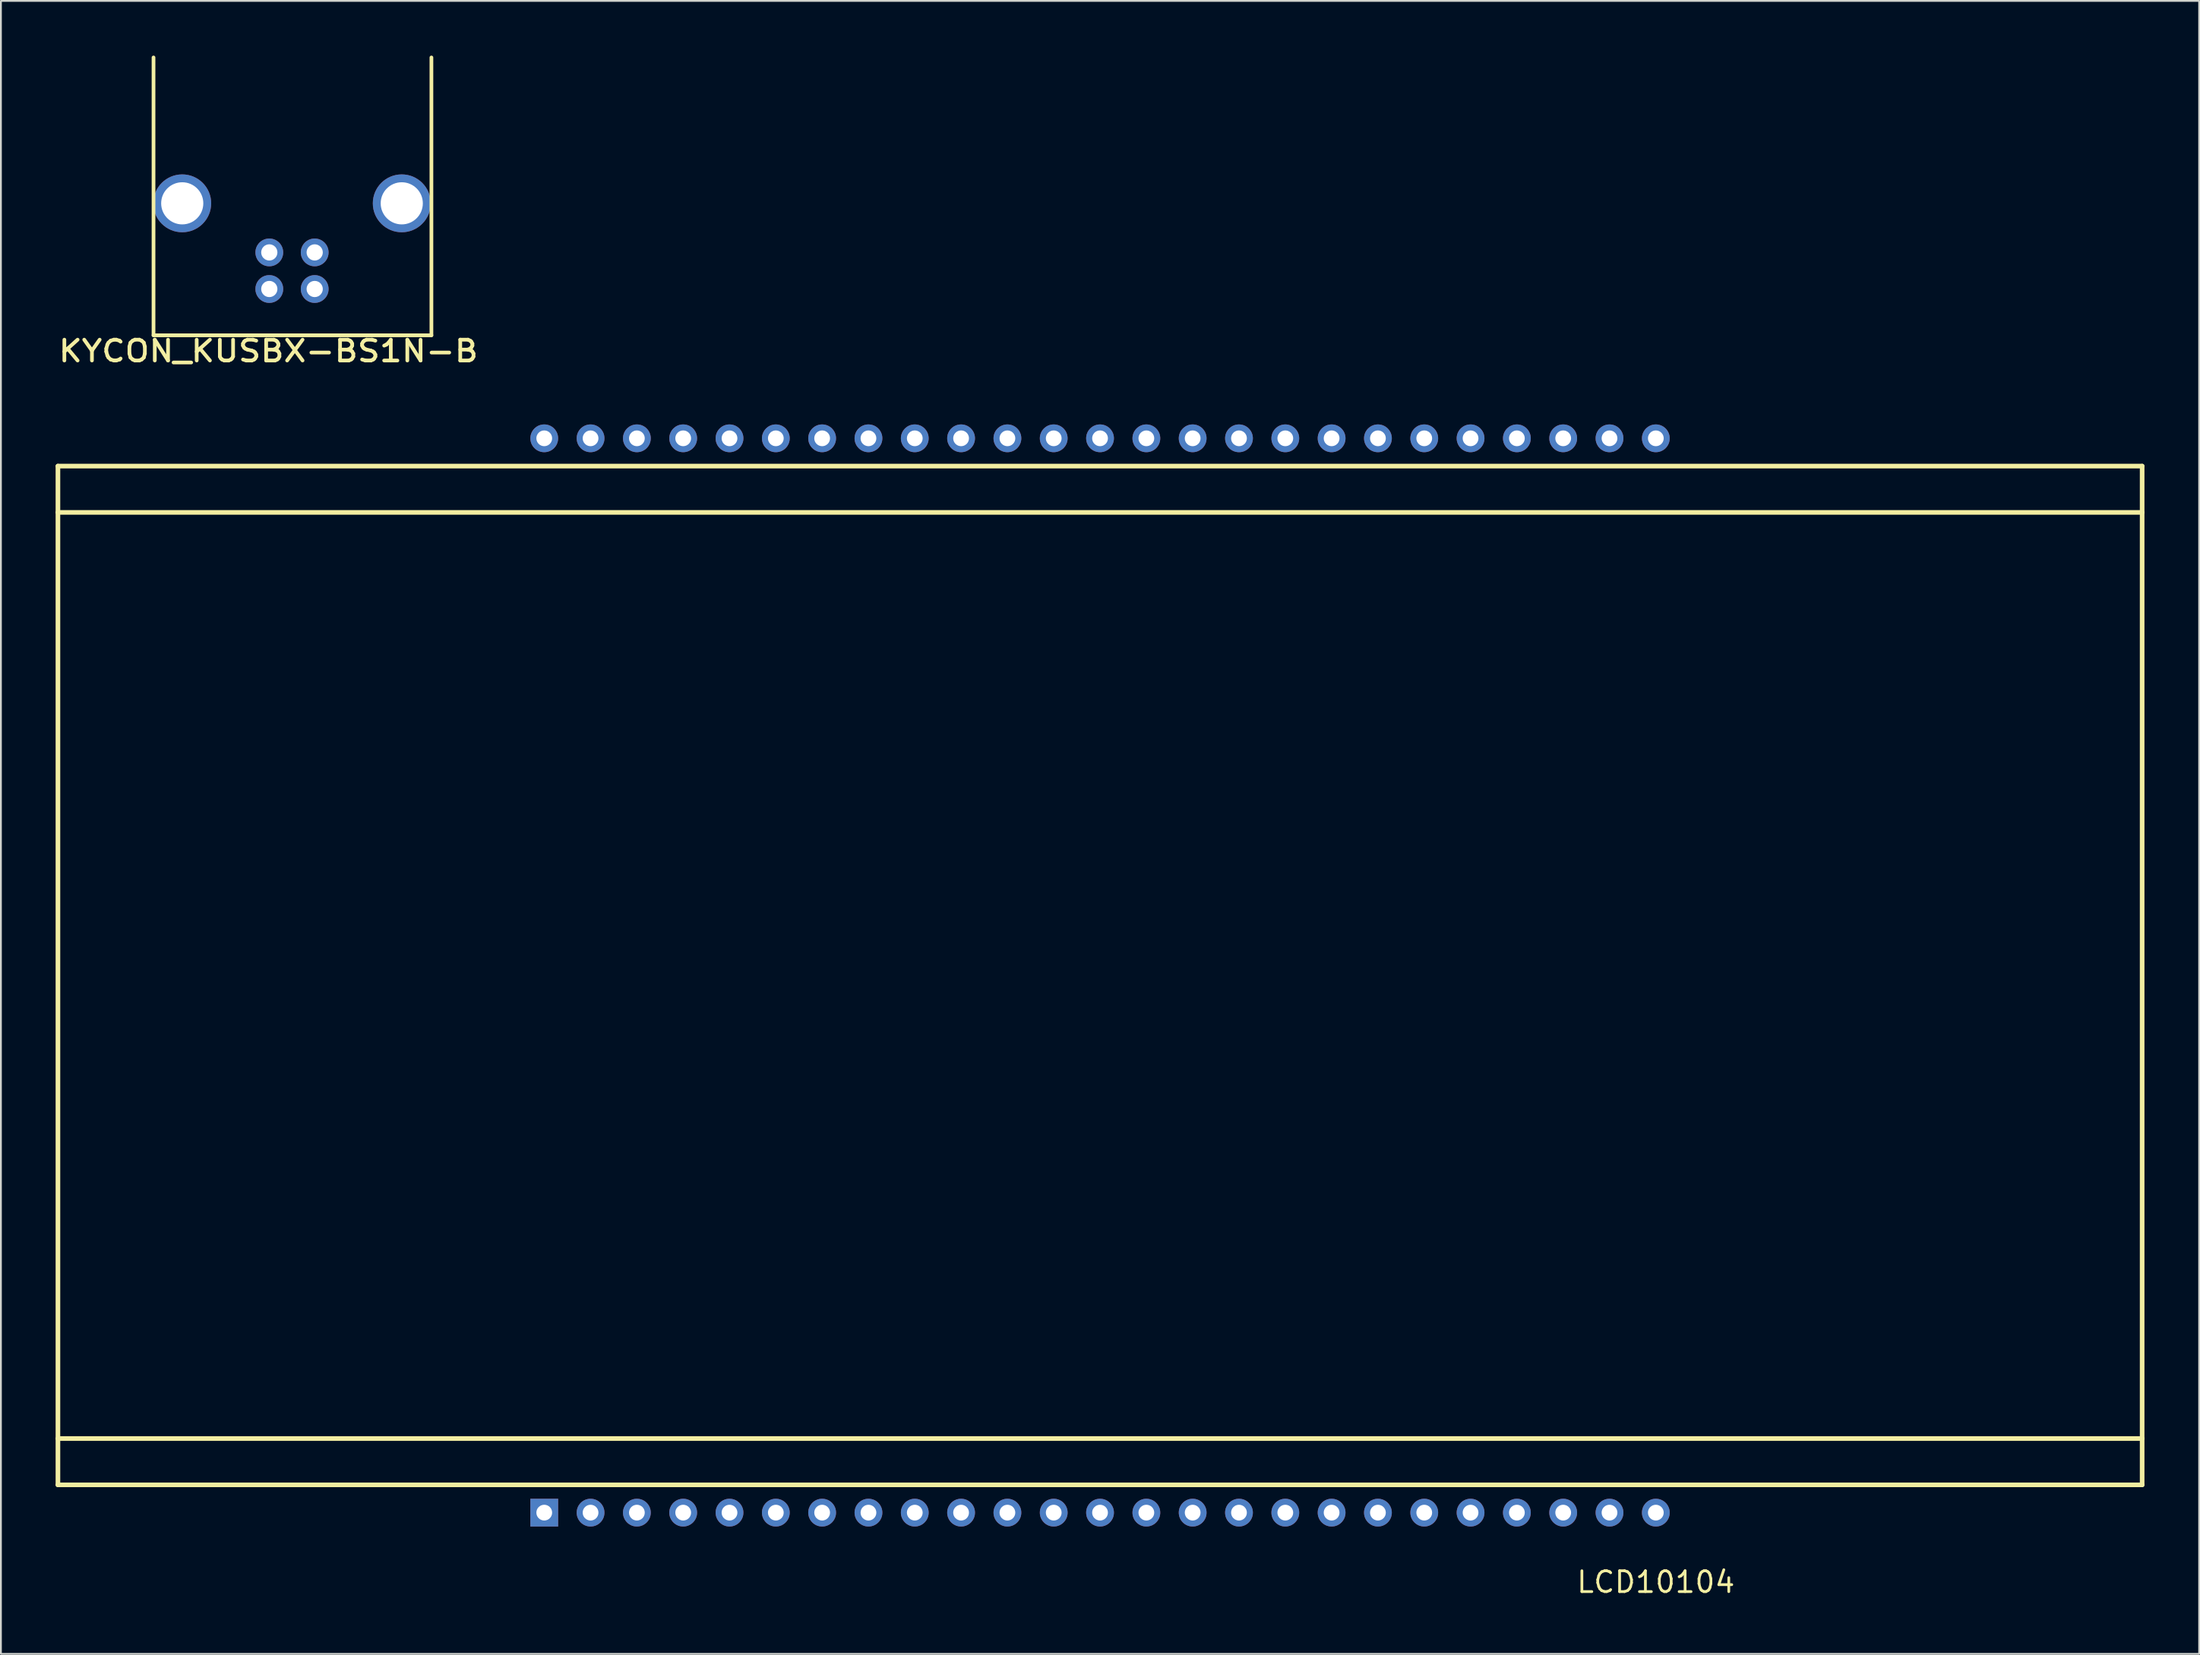
<source format=kicad_pcb>
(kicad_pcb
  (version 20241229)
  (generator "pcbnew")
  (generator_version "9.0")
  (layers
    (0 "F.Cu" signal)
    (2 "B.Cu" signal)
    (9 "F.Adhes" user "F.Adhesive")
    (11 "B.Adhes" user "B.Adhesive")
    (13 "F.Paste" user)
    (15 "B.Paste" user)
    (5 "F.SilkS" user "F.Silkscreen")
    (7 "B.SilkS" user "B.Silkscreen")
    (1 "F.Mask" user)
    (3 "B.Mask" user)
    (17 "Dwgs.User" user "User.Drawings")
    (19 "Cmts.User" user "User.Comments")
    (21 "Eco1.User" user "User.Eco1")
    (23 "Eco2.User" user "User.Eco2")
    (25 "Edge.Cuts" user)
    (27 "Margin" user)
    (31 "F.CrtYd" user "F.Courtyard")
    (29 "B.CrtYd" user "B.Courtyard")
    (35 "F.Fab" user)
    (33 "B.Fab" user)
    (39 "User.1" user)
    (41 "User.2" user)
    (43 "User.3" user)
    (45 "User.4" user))
  (footprint "LCD10104"
    (layer "F.Cu")
    (at 87.757 79.92)
    (property "Reference" "LCD10104" (at 0 3.81 0) (layer "F.SilkS") (effects (font (size 1.143 1.143) (thickness 0.152))))
    (attr through_hole)
    (fp_line (start -87.63 -57.404) (end -87.63 -1.524) (stroke (width 0.254) (type solid)) (layer "F.SilkS"))
    (fp_line (start -87.63 -54.864) (end 26.67 -54.864) (stroke (width 0.254) (type solid)) (layer "F.SilkS"))
    (fp_line (start -87.63 -4.064) (end 26.67 -4.064) (stroke (width 0.254) (type solid)) (layer "F.SilkS"))
    (fp_line (start -87.63 -1.524) (end 26.67 -1.524) (stroke (width 0.254) (type solid)) (layer "F.SilkS"))
    (fp_line (start 26.67 -57.404) (end -87.63 -57.404) (stroke (width 0.254) (type solid)) (layer "F.SilkS"))
    (fp_line (start 26.67 -1.524) (end 26.67 -57.404) (stroke (width 0.254) (type solid)) (layer "F.SilkS"))
    (pad "1" thru_hole rect (at -60.96 0) (size 1.524 1.524) (drill 0.864) (layers "*.Cu" "*.Mask" "Eco1.User" "Eco2.User"))
    (pad "2" thru_hole circle (at -58.42 0) (size 1.524 1.524) (drill 0.864) (layers "*.Cu" "*.Mask" "Eco1.User" "Eco2.User"))
    (pad "3" thru_hole circle (at -55.88 0) (size 1.524 1.524) (drill 0.864) (layers "*.Cu" "*.Mask" "Eco1.User" "Eco2.User"))
    (pad "4" thru_hole circle (at -53.34 0) (size 1.524 1.524) (drill 0.864) (layers "*.Cu" "*.Mask" "Eco1.User" "Eco2.User"))
    (pad "5" thru_hole circle (at -50.8 0) (size 1.524 1.524) (drill 0.864) (layers "*.Cu" "*.Mask" "Eco1.User" "Eco2.User"))
    (pad "6" thru_hole circle (at -48.26 0) (size 1.524 1.524) (drill 0.864) (layers "*.Cu" "*.Mask" "Eco1.User" "Eco2.User"))
    (pad "7" thru_hole circle (at -45.72 0) (size 1.524 1.524) (drill 0.864) (layers "*.Cu" "*.Mask" "Eco1.User" "Eco2.User"))
    (pad "8" thru_hole circle (at -43.18 0) (size 1.524 1.524) (drill 0.864) (layers "*.Cu" "*.Mask" "Eco1.User" "Eco2.User"))
    (pad "9" thru_hole circle (at -40.64 0) (size 1.524 1.524) (drill 0.864) (layers "*.Cu" "*.Mask" "Eco1.User" "Eco2.User"))
    (pad "10" thru_hole circle (at -38.1 0) (size 1.524 1.524) (drill 0.864) (layers "*.Cu" "*.Mask" "Eco1.User" "Eco2.User"))
    (pad "11" thru_hole circle (at -35.56 0) (size 1.524 1.524) (drill 0.864) (layers "*.Cu" "*.Mask" "Eco1.User" "Eco2.User"))
    (pad "12" thru_hole circle (at -33.02 0) (size 1.524 1.524) (drill 0.864) (layers "*.Cu" "*.Mask" "Eco1.User" "Eco2.User"))
    (pad "13" thru_hole circle (at -30.48 0) (size 1.524 1.524) (drill 0.864) (layers "*.Cu" "*.Mask" "Eco1.User" "Eco2.User"))
    (pad "14" thru_hole circle (at -27.94 0) (size 1.524 1.524) (drill 0.864) (layers "*.Cu" "*.Mask" "Eco1.User" "Eco2.User"))
    (pad "15" thru_hole circle (at -25.4 0) (size 1.524 1.524) (drill 0.864) (layers "*.Cu" "*.Mask" "Eco1.User" "Eco2.User"))
    (pad "16" thru_hole circle (at -22.86 0) (size 1.524 1.524) (drill 0.864) (layers "*.Cu" "*.Mask" "Eco1.User" "Eco2.User"))
    (pad "17" thru_hole circle (at -20.32 0) (size 1.524 1.524) (drill 0.864) (layers "*.Cu" "*.Mask" "Eco1.User" "Eco2.User"))
    (pad "18" thru_hole circle (at -17.78 0) (size 1.524 1.524) (drill 0.864) (layers "*.Cu" "*.Mask" "Eco1.User" "Eco2.User"))
    (pad "19" thru_hole circle (at -15.24 0) (size 1.524 1.524) (drill 0.864) (layers "*.Cu" "*.Mask" "Eco1.User" "Eco2.User"))
    (pad "20" thru_hole circle (at -12.7 0) (size 1.524 1.524) (drill 0.864) (layers "*.Cu" "*.Mask" "Eco1.User" "Eco2.User"))
    (pad "21" thru_hole circle (at -10.16 0) (size 1.524 1.524) (drill 0.864) (layers "*.Cu" "*.Mask" "Eco1.User" "Eco2.User"))
    (pad "22" thru_hole circle (at -7.62 0) (size 1.524 1.524) (drill 0.864) (layers "*.Cu" "*.Mask" "Eco1.User" "Eco2.User"))
    (pad "23" thru_hole circle (at -5.08 0) (size 1.524 1.524) (drill 0.864) (layers "*.Cu" "*.Mask" "Eco1.User" "Eco2.User"))
    (pad "24" thru_hole circle (at -2.54 0) (size 1.524 1.524) (drill 0.864) (layers "*.Cu" "*.Mask" "Eco1.User" "Eco2.User"))
    (pad "25" thru_hole circle (at 0 0) (size 1.524 1.524) (drill 0.864) (layers "*.Cu" "*.Mask" "Eco1.User" "Eco2.User"))
    (pad "26" thru_hole circle (at 0 -58.928) (size 1.524 1.524) (drill 0.864) (layers "*.Cu" "*.Mask" "Eco1.User" "Eco2.User"))
    (pad "27" thru_hole circle (at -2.54 -58.928) (size 1.524 1.524) (drill 0.864) (layers "*.Cu" "*.Mask" "Eco1.User" "Eco2.User"))
    (pad "28" thru_hole circle (at -5.08 -58.928) (size 1.524 1.524) (drill 0.864) (layers "*.Cu" "*.Mask" "Eco1.User" "Eco2.User"))
    (pad "29" thru_hole circle (at -7.62 -58.928) (size 1.524 1.524) (drill 0.864) (layers "*.Cu" "*.Mask" "Eco1.User" "Eco2.User"))
    (pad "30" thru_hole circle (at -10.16 -58.928) (size 1.524 1.524) (drill 0.864) (layers "*.Cu" "*.Mask" "Eco1.User" "Eco2.User"))
    (pad "31" thru_hole circle (at -12.7 -58.928) (size 1.524 1.524) (drill 0.864) (layers "*.Cu" "*.Mask" "Eco1.User" "Eco2.User"))
    (pad "32" thru_hole circle (at -15.24 -58.928) (size 1.524 1.524) (drill 0.864) (layers "*.Cu" "*.Mask" "Eco1.User" "Eco2.User"))
    (pad "33" thru_hole circle (at -17.78 -58.928) (size 1.524 1.524) (drill 0.864) (layers "*.Cu" "*.Mask" "Eco1.User" "Eco2.User"))
    (pad "34" thru_hole circle (at -20.32 -58.928) (size 1.524 1.524) (drill 0.864) (layers "*.Cu" "*.Mask" "Eco1.User" "Eco2.User"))
    (pad "35" thru_hole circle (at -22.86 -58.928) (size 1.524 1.524) (drill 0.864) (layers "*.Cu" "*.Mask" "Eco1.User" "Eco2.User"))
    (pad "36" thru_hole circle (at -25.4 -58.928) (size 1.524 1.524) (drill 0.864) (layers "*.Cu" "*.Mask" "Eco1.User" "Eco2.User"))
    (pad "37" thru_hole circle (at -27.94 -58.928) (size 1.524 1.524) (drill 0.864) (layers "*.Cu" "*.Mask" "Eco1.User" "Eco2.User"))
    (pad "38" thru_hole circle (at -30.48 -58.928) (size 1.524 1.524) (drill 0.864) (layers "*.Cu" "*.Mask" "Eco1.User" "Eco2.User"))
    (pad "39" thru_hole circle (at -33.02 -58.928) (size 1.524 1.524) (drill 0.864) (layers "*.Cu" "*.Mask" "Eco1.User" "Eco2.User"))
    (pad "40" thru_hole circle (at -35.56 -58.928) (size 1.524 1.524) (drill 0.864) (layers "*.Cu" "*.Mask" "Eco1.User" "Eco2.User"))
    (pad "41" thru_hole circle (at -38.1 -58.928) (size 1.524 1.524) (drill 0.864) (layers "*.Cu" "*.Mask" "Eco1.User" "Eco2.User"))
    (pad "42" thru_hole circle (at -40.64 -58.928) (size 1.524 1.524) (drill 0.864) (layers "*.Cu" "*.Mask" "Eco1.User" "Eco2.User"))
    (pad "43" thru_hole circle (at -43.18 -58.928) (size 1.524 1.524) (drill 0.864) (layers "*.Cu" "*.Mask" "Eco1.User" "Eco2.User"))
    (pad "44" thru_hole circle (at -45.72 -58.928) (size 1.524 1.524) (drill 0.864) (layers "*.Cu" "*.Mask" "Eco1.User" "Eco2.User"))
    (pad "45" thru_hole circle (at -48.26 -58.928) (size 1.524 1.524) (drill 0.864) (layers "*.Cu" "*.Mask" "Eco1.User" "Eco2.User"))
    (pad "46" thru_hole circle (at -50.8 -58.928) (size 1.524 1.524) (drill 0.864) (layers "*.Cu" "*.Mask" "Eco1.User" "Eco2.User"))
    (pad "47" thru_hole circle (at -53.34 -58.928) (size 1.524 1.524) (drill 0.864) (layers "*.Cu" "*.Mask" "Eco1.User" "Eco2.User"))
    (pad "48" thru_hole circle (at -55.88 -58.928) (size 1.524 1.524) (drill 0.864) (layers "*.Cu" "*.Mask" "Eco1.User" "Eco2.User"))
    (pad "49" thru_hole circle (at -58.42 -58.928) (size 1.524 1.524) (drill 0.864) (layers "*.Cu" "*.Mask" "Eco1.User" "Eco2.User"))
    (pad "50" thru_hole circle (at -60.96 -58.928) (size 1.524 1.524) (drill 0.864) (layers "*.Cu" "*.Mask" "Eco1.User" "Eco2.User")))
  (footprint "KYCON_KUSBX-BS1N-B"
    (layer "F.Cu")
    (at 11.719 12.802)
    (property "Reference" "KYCON_KUSBX-BS1N-B" (at -0.051 3.404 0) (layer "F.SilkS") (effects (font (size 1.143 1.27) (thickness 0.203))))
    (attr smd)
    (fp_line (start -6.35 2.54) (end -6.35 -12.7) (stroke (width 0.203) (type solid)) (layer "F.SilkS"))
    (fp_line (start -6.35 2.54) (end 8.89 2.54) (stroke (width 0.203) (type solid)) (layer "F.SilkS"))
    (fp_line (start 8.89 2.54) (end 8.89 -12.7) (stroke (width 0.203) (type solid)) (layer "F.SilkS"))
    (fp_line (start -6.35 -12.7) (end -6.35 2.54) (stroke (width 0.203) (type solid)) (layer "Eco1.User"))
    (fp_line (start -6.35 2.54) (end 8.89 2.54) (stroke (width 0.203) (type solid)) (layer "Eco1.User"))
    (fp_line (start 8.89 2.54) (end 8.89 -12.7) (stroke (width 0.203) (type solid)) (layer "Eco1.User"))
    (pad "1" thru_hole circle (at 0 0) (size 1.524 1.524) (drill 0.889) (layers "*.Cu" "*.Mask" "Eco1.User"))
    (pad "2" thru_hole circle (at 2.489 0) (size 1.524 1.524) (drill 0.889) (layers "*.Cu" "*.Mask" "Eco1.User"))
    (pad "3" thru_hole circle (at 2.489 -2.007) (size 1.524 1.524) (drill 0.889) (layers "*.Cu" "*.Mask" "Eco1.User"))
    (pad "4" thru_hole circle (at 0 -2.007) (size 1.524 1.524) (drill 0.889) (layers "*.Cu" "*.Mask" "Eco1.User"))
    (pad "5" thru_hole circle (at -4.775 -4.699) (size 3.175 3.175) (drill 2.311) (layers "*.Cu" "*.Mask" "Eco1.User"))
    (pad "5" thru_hole circle (at 7.264 -4.699) (size 3.175 3.175) (drill 2.311) (layers "*.Cu" "*.Mask" "Eco1.User")))
  (gr_rect
    (start -3 -3)
    (end 117.554 87.667)
    (stroke (width 0.1) (type default))
    (fill no)
    (layer "Edge.Cuts")))
</source>
